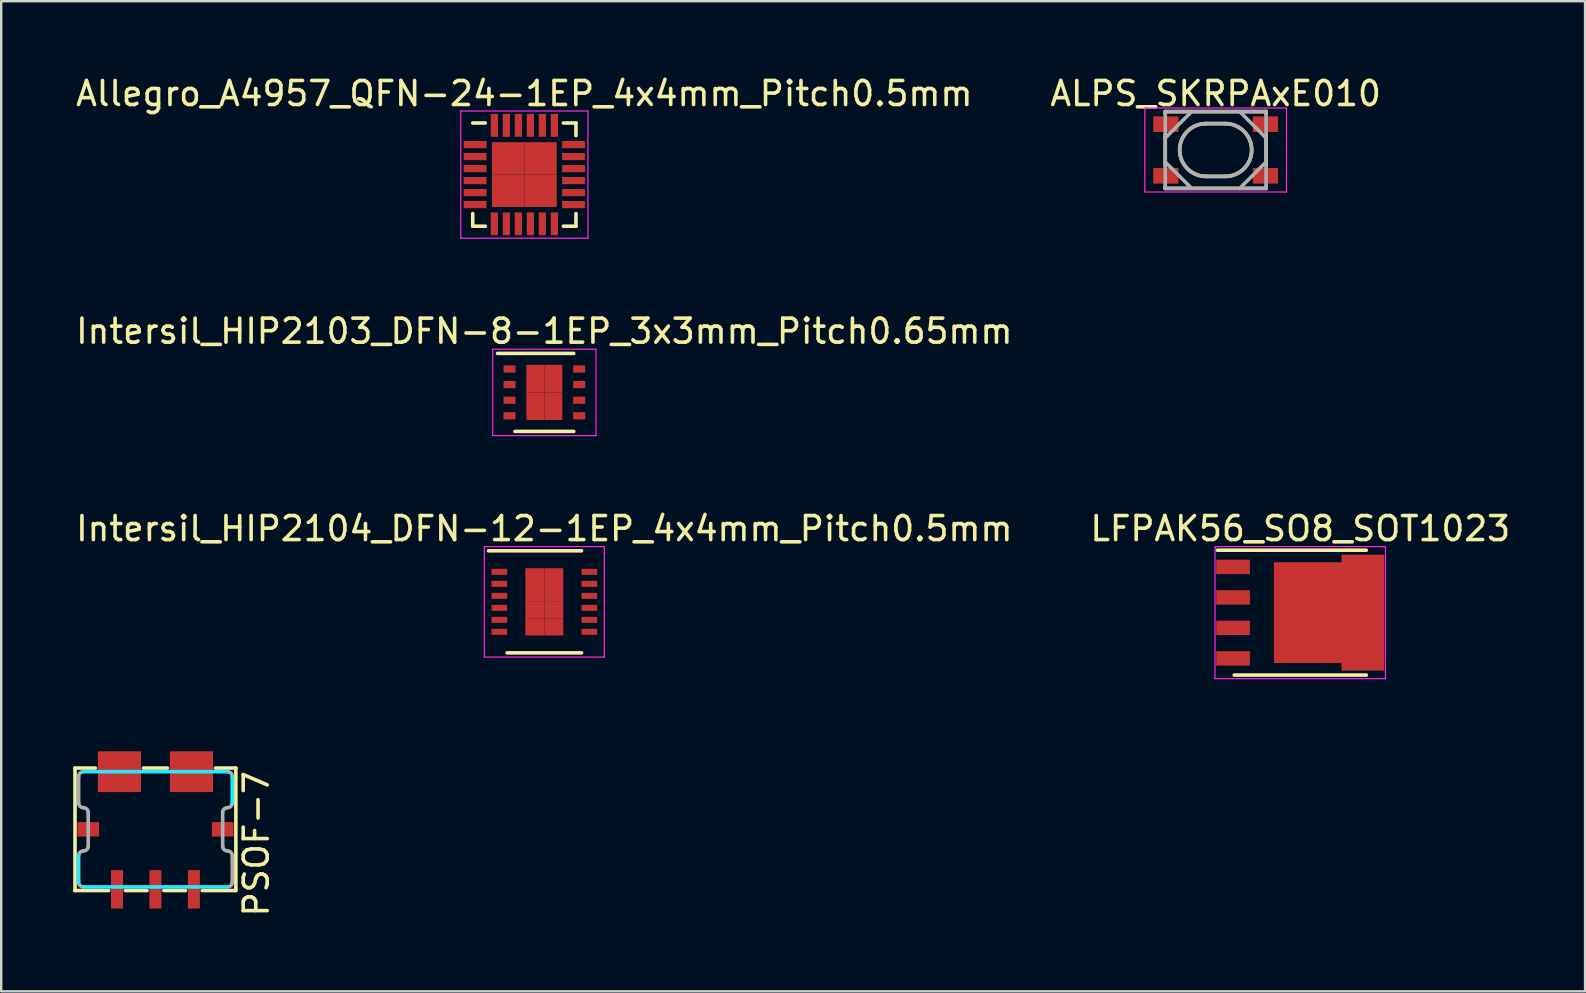
<source format=kicad_pcb>
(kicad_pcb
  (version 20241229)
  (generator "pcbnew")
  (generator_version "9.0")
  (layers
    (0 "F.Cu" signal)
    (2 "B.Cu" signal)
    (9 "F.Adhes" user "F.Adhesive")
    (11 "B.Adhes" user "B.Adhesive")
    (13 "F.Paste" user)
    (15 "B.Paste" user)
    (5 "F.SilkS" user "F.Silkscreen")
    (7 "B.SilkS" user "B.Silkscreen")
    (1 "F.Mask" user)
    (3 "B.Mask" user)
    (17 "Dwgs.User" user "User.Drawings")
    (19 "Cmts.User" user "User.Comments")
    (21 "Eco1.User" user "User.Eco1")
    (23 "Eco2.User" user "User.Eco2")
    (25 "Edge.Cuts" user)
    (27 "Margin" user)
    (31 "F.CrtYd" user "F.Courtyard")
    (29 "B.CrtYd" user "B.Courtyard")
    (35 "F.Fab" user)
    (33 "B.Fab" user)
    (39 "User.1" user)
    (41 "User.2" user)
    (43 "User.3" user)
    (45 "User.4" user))
  (footprint "Intersil_HIP2103_DFN-8-1EP_3x3mm_Pitch0.65mm"
    (layer "F.Cu")
    (at 19.625 13.296)
    (property "Reference" "Intersil_HIP2103_DFN-8-1EP_3x3mm_Pitch0.65mm" (at 0 -2.55 0) (layer "F.SilkS") (effects (font (size 1 1) (thickness 0.15))))
    (attr smd)
    (fp_line (start -1.95 -1.625) (end 1.225 -1.625) (stroke (width 0.15) (type solid)) (layer "F.SilkS"))
    (fp_line (start -1.225 1.625) (end 1.225 1.625) (stroke (width 0.15) (type solid)) (layer "F.SilkS"))
    (fp_line (start -2.15 -1.8) (end -2.15 1.8) (stroke (width 0.05) (type solid)) (layer "F.CrtYd"))
    (fp_line (start -2.15 -1.8) (end 2.15 -1.8) (stroke (width 0.05) (type solid)) (layer "F.CrtYd"))
    (fp_line (start -2.15 1.8) (end 2.15 1.8) (stroke (width 0.05) (type solid)) (layer "F.CrtYd"))
    (fp_line (start 2.15 -1.8) (end 2.15 1.8) (stroke (width 0.05) (type solid)) (layer "F.CrtYd"))
    (pad "1" smd rect (at -1.45 -0.975) (size 0.5 0.3) (layers "F.Cu" "F.Mask" "F.Paste"))
    (pad "2" smd rect (at -1.45 -0.325) (size 0.5 0.3) (layers "F.Cu" "F.Mask" "F.Paste"))
    (pad "3" smd rect (at -1.45 0.325) (size 0.5 0.3) (layers "F.Cu" "F.Mask" "F.Paste"))
    (pad "4" smd rect (at -1.45 0.975) (size 0.5 0.3) (layers "F.Cu" "F.Mask" "F.Paste"))
    (pad "5" smd rect (at 1.45 0.975) (size 0.5 0.3) (layers "F.Cu" "F.Mask" "F.Paste"))
    (pad "6" smd rect (at 1.45 0.325) (size 0.5 0.3) (layers "F.Cu" "F.Mask" "F.Paste"))
    (pad "7" smd rect (at 1.45 -0.325) (size 0.5 0.3) (layers "F.Cu" "F.Mask" "F.Paste"))
    (pad "8" smd rect (at 1.45 -0.975) (size 0.5 0.3) (layers "F.Cu" "F.Mask" "F.Paste"))
    (pad "9" smd rect (at -0.375 -0.575) (size 0.75 1.15) (layers "F.Cu" "F.Mask" "F.Paste"))
    (pad "9" smd rect (at -0.375 0.575) (size 0.75 1.15) (layers "F.Cu" "F.Mask" "F.Paste"))
    (pad "9" smd rect (at 0.375 -0.575) (size 0.75 1.15) (layers "F.Cu" "F.Mask" "F.Paste"))
    (pad "9" smd rect (at 0.375 0.575) (size 0.75 1.15) (layers "F.Cu" "F.Mask" "F.Paste")))
  (footprint "PSOF-7"
    (layer "F.Cu")
    (at 3.425 31.495)
    (property "Reference" "PSOF-7" (at 4.2 0.6 90) (layer "F.SilkS") (effects (font (size 1 1) (thickness 0.15))))
    (attr through_hole)
    (fp_line (start -3.35 -2.55) (end -3.35 2.55) (stroke (width 0.15) (type solid)) (layer "F.SilkS"))
    (fp_line (start -3.35 -2.55) (end -2.5 -2.55) (stroke (width 0.15) (type solid)) (layer "F.SilkS"))
    (fp_line (start -3.35 2.55) (end -1.95 2.55) (stroke (width 0.15) (type solid)) (layer "F.SilkS"))
    (fp_line (start -1.25 2.55) (end -0.35 2.55) (stroke (width 0.15) (type solid)) (layer "F.SilkS"))
    (fp_line (start 0.35 2.55) (end 1.25 2.55) (stroke (width 0.15) (type solid)) (layer "F.SilkS"))
    (fp_line (start 0.5 -2.55) (end -0.5 -2.55) (stroke (width 0.15) (type solid)) (layer "F.SilkS"))
    (fp_line (start 1.95 2.55) (end 3.35 2.55) (stroke (width 0.15) (type solid)) (layer "F.SilkS"))
    (fp_line (start 3.35 -2.55) (end 2.5 -2.55) (stroke (width 0.15) (type solid)) (layer "F.SilkS"))
    (fp_line (start 3.35 2.55) (end 3.35 -2.55) (stroke (width 0.15) (type solid)) (layer "F.SilkS"))
    (fp_line (start -3.2 1.1) (end -3.2 2.2) (stroke (width 0.15) (type solid)) (layer "B.CrtYd"))
    (fp_line (start -3 2.4) (end 3 2.4) (stroke (width 0.15) (type solid)) (layer "B.CrtYd"))
    (fp_line (start 3 -2.4) (end -3 -2.4) (stroke (width 0.15) (type solid)) (layer "B.CrtYd"))
    (fp_line (start 3.2 -1.1) (end 3.2 -2.2) (stroke (width 0.15) (type solid)) (layer "B.CrtYd"))
    (fp_line (start -3.2 -1.1) (end -3.2 -2.2) (stroke (width 0.15) (type solid)) (layer "F.Fab"))
    (fp_line (start -2.8 0.7) (end -2.8 -0.7) (stroke (width 0.15) (type solid)) (layer "F.Fab"))
    (fp_line (start 2.8 0.7) (end 2.8 -0.7) (stroke (width 0.15) (type solid)) (layer "F.Fab"))
    (fp_line (start 3.2 1.1) (end 3.2 2.2) (stroke (width 0.15) (type solid)) (layer "F.Fab"))
    (fp_arc (start -3.2 -2.2) (mid -3.141421 -2.341421) (end -3 -2.4) (stroke (width 0.15) (type solid)) (layer "F.Fab"))
    (fp_arc (start -3.2 1.1) (mid -3.141421 0.958579) (end -3 0.9) (stroke (width 0.15) (type solid)) (layer "F.Fab"))
    (fp_arc (start -3 -0.9) (mid -3.141421 -0.958579) (end -3.2 -1.1) (stroke (width 0.15) (type solid)) (layer "F.Fab"))
    (fp_arc (start -3 -0.9) (mid -2.858579 -0.841421) (end -2.8 -0.7) (stroke (width 0.15) (type solid)) (layer "F.Fab"))
    (fp_arc (start -3 2.4) (mid -3.141421 2.341421) (end -3.2 2.2) (stroke (width 0.15) (type solid)) (layer "F.Fab"))
    (fp_arc (start -2.8 0.7) (mid -2.858579 0.841421) (end -3 0.9) (stroke (width 0.15) (type solid)) (layer "F.Fab"))
    (fp_arc (start 2.8 -0.7) (mid 2.858579 -0.841421) (end 3 -0.9) (stroke (width 0.15) (type solid)) (layer "F.Fab"))
    (fp_arc (start 3 -2.4) (mid 3.141421 -2.341421) (end 3.2 -2.2) (stroke (width 0.15) (type solid)) (layer "F.Fab"))
    (fp_arc (start 3 0.9) (mid 2.858579 0.841421) (end 2.8 0.7) (stroke (width 0.15) (type solid)) (layer "F.Fab"))
    (fp_arc (start 3 0.9) (mid 3.141421 0.958579) (end 3.2 1.1) (stroke (width 0.15) (type solid)) (layer "F.Fab"))
    (fp_arc (start 3.2 -1.1) (mid 3.141421 -0.958579) (end 3 -0.9) (stroke (width 0.15) (type solid)) (layer "F.Fab"))
    (fp_arc (start 3.2 2.2) (mid 3.141421 2.341421) (end 3 2.4) (stroke (width 0.15) (type solid)) (layer "F.Fab"))
    (pad "" smd rect (at -2.8 0) (size 0.9 0.6) (layers "F.Cu" "F.Mask" "F.Paste"))
    (pad "" smd rect (at 2.8 0) (size 0.9 0.6) (layers "F.Cu" "F.Mask" "F.Paste"))
    (pad "1" smd rect (at -1.6 2.4) (size 0.5 1.6) (drill (offset 0 0.1)) (layers "F.Cu" "F.Mask" "F.Paste"))
    (pad "2" smd rect (at 0 2.4) (size 0.5 1.6) (drill (offset 0 0.1)) (layers "F.Cu" "F.Mask" "F.Paste"))
    (pad "3" smd rect (at 1.6 2.4) (size 0.5 1.6) (drill (offset 0 0.1)) (layers "F.Cu" "F.Mask" "F.Paste"))
    (pad "5" smd rect (at 1.5 -2.4) (size 1.8 1.7) (layers "F.Cu" "F.Mask" "F.Paste"))
    (pad "6" smd rect (at -1.5 -2.4) (size 1.8 1.7) (layers "F.Cu" "F.Mask" "F.Paste")))
  (footprint "Allegro_A4957_QFN-24-1EP_4x4mm_Pitch0.5mm"
    (layer "F.Cu")
    (at 18.792 4.223)
    (property "Reference" "Allegro_A4957_QFN-24-1EP_4x4mm_Pitch0.5mm" (at 0 -3.375 0) (layer "F.SilkS") (effects (font (size 1 1) (thickness 0.15))))
    (attr smd)
    (fp_line (start -2.15 -2.15) (end -1.625 -2.15) (stroke (width 0.15) (type solid)) (layer "F.SilkS"))
    (fp_line (start -2.15 2.15) (end -2.15 1.625) (stroke (width 0.15) (type solid)) (layer "F.SilkS"))
    (fp_line (start -2.15 2.15) (end -1.625 2.15) (stroke (width 0.15) (type solid)) (layer "F.SilkS"))
    (fp_line (start 2.15 -2.15) (end 1.625 -2.15) (stroke (width 0.15) (type solid)) (layer "F.SilkS"))
    (fp_line (start 2.15 -2.15) (end 2.15 -1.625) (stroke (width 0.15) (type solid)) (layer "F.SilkS"))
    (fp_line (start 2.15 2.15) (end 1.625 2.15) (stroke (width 0.15) (type solid)) (layer "F.SilkS"))
    (fp_line (start 2.15 2.15) (end 2.15 1.625) (stroke (width 0.15) (type solid)) (layer "F.SilkS"))
    (fp_line (start -2.65 -2.65) (end -2.65 2.65) (stroke (width 0.05) (type solid)) (layer "F.CrtYd"))
    (fp_line (start -2.65 -2.65) (end 2.65 -2.65) (stroke (width 0.05) (type solid)) (layer "F.CrtYd"))
    (fp_line (start -2.65 2.65) (end 2.65 2.65) (stroke (width 0.05) (type solid)) (layer "F.CrtYd"))
    (fp_line (start 2.65 -2.65) (end 2.65 2.65) (stroke (width 0.05) (type solid)) (layer "F.CrtYd"))
    (pad "1" smd rect (at -2.05 -1.25) (size 0.95 0.3) (layers "F.Cu" "F.Mask" "F.Paste"))
    (pad "2" smd rect (at -2.05 -0.75) (size 0.95 0.3) (layers "F.Cu" "F.Mask" "F.Paste"))
    (pad "3" smd rect (at -2.05 -0.25) (size 0.95 0.3) (layers "F.Cu" "F.Mask" "F.Paste"))
    (pad "4" smd rect (at -2.05 0.25) (size 0.95 0.3) (layers "F.Cu" "F.Mask" "F.Paste"))
    (pad "5" smd rect (at -2.05 0.75) (size 0.95 0.3) (layers "F.Cu" "F.Mask" "F.Paste"))
    (pad "6" smd rect (at -2.05 1.25) (size 0.95 0.3) (layers "F.Cu" "F.Mask" "F.Paste"))
    (pad "7" smd rect (at -1.25 2.05 90) (size 0.95 0.3) (layers "F.Cu" "F.Mask" "F.Paste"))
    (pad "8" smd rect (at -0.75 2.05 90) (size 0.95 0.3) (layers "F.Cu" "F.Mask" "F.Paste"))
    (pad "9" smd rect (at -0.25 2.05 90) (size 0.95 0.3) (layers "F.Cu" "F.Mask" "F.Paste"))
    (pad "10" smd rect (at 0.25 2.05 90) (size 0.95 0.3) (layers "F.Cu" "F.Mask" "F.Paste"))
    (pad "11" smd rect (at 0.75 2.05 90) (size 0.95 0.3) (layers "F.Cu" "F.Mask" "F.Paste"))
    (pad "12" smd rect (at 1.25 2.05 90) (size 0.95 0.3) (layers "F.Cu" "F.Mask" "F.Paste"))
    (pad "13" smd rect (at 2.05 1.25) (size 0.95 0.3) (layers "F.Cu" "F.Mask" "F.Paste"))
    (pad "14" smd rect (at 2.05 0.75) (size 0.95 0.3) (layers "F.Cu" "F.Mask" "F.Paste"))
    (pad "15" smd rect (at 2.05 0.25) (size 0.95 0.3) (layers "F.Cu" "F.Mask" "F.Paste"))
    (pad "16" smd rect (at 2.05 -0.25) (size 0.95 0.3) (layers "F.Cu" "F.Mask" "F.Paste"))
    (pad "17" smd rect (at 2.05 -0.75) (size 0.95 0.3) (layers "F.Cu" "F.Mask" "F.Paste"))
    (pad "18" smd rect (at 2.05 -1.25) (size 0.95 0.3) (layers "F.Cu" "F.Mask" "F.Paste"))
    (pad "19" smd rect (at 1.25 -2.05 90) (size 0.95 0.3) (layers "F.Cu" "F.Mask" "F.Paste"))
    (pad "20" smd rect (at 0.75 -2.05 90) (size 0.95 0.3) (layers "F.Cu" "F.Mask" "F.Paste"))
    (pad "21" smd rect (at 0.25 -2.05 90) (size 0.95 0.3) (layers "F.Cu" "F.Mask" "F.Paste"))
    (pad "22" smd rect (at -0.25 -2.05 90) (size 0.95 0.3) (layers "F.Cu" "F.Mask" "F.Paste"))
    (pad "23" smd rect (at -0.75 -2.05 90) (size 0.95 0.3) (layers "F.Cu" "F.Mask" "F.Paste"))
    (pad "24" smd rect (at -1.25 -2.05 90) (size 0.95 0.3) (layers "F.Cu" "F.Mask" "F.Paste"))
    (pad "25" smd rect (at -0.675 -0.675) (size 1.35 1.35) (layers "F.Cu" "F.Mask" "F.Paste"))
    (pad "25" smd rect (at -0.675 0.675) (size 1.35 1.35) (layers "F.Cu" "F.Mask" "F.Paste"))
    (pad "25" smd rect (at 0.675 -0.675) (size 1.35 1.35) (layers "F.Cu" "F.Mask" "F.Paste"))
    (pad "25" smd rect (at 0.675 0.675) (size 1.35 1.35) (layers "F.Cu" "F.Mask" "F.Paste")))
  (footprint "LFPAK56_SO8_SOT1023"
    (layer "F.Cu")
    (at 51.113 22.47)
    (property "Reference" "LFPAK56_SO8_SOT1023" (at 0 -3.5 0) (layer "F.SilkS") (effects (font (size 1 1) (thickness 0.15))))
    (attr smd)
    (fp_line (start -3.45 -2.6) (end 2.75 -2.6) (stroke (width 0.15) (type solid)) (layer "F.SilkS"))
    (fp_line (start -2.75 2.6) (end 2.75 2.6) (stroke (width 0.15) (type solid)) (layer "F.SilkS"))
    (fp_line (start -3.55 -2.75) (end -3.55 2.75) (stroke (width 0.05) (type solid)) (layer "F.CrtYd"))
    (fp_line (start -3.55 -2.75) (end 3.55 -2.75) (stroke (width 0.05) (type solid)) (layer "F.CrtYd"))
    (fp_line (start -3.55 2.75) (end 3.55 2.75) (stroke (width 0.05) (type solid)) (layer "F.CrtYd"))
    (fp_line (start 3.55 -2.75) (end 3.55 2.75) (stroke (width 0.05) (type solid)) (layer "F.CrtYd"))
    (pad "1" smd rect (at -2.8 -1.905) (size 1.4 0.6) (layers "F.Cu" "F.Mask" "F.Paste"))
    (pad "2" smd rect (at -2.8 -0.635) (size 1.4 0.6) (layers "F.Cu" "F.Mask" "F.Paste"))
    (pad "3" smd rect (at -2.8 0.635) (size 1.4 0.6) (layers "F.Cu" "F.Mask" "F.Paste"))
    (pad "4" smd rect (at -2.8 1.905) (size 1.4 0.6) (layers "F.Cu" "F.Mask" "F.Paste"))
    (pad "5" smd rect (at 0.45 0) (size 3.1 4.2) (layers "F.Cu" "F.Mask" "F.Paste"))
    (pad "5" smd rect (at 2.61 0) (size 1.78 4.826) (layers "F.Cu" "F.Mask" "F.Paste")))
  (footprint "ALPS_SKRPAxE010"
    (layer "F.Cu")
    (at 47.589 3.198)
    (property "Reference" "ALPS_SKRPAxE010" (at 0 -2.35 0) (layer "F.SilkS") (effects (font (size 1 1) (thickness 0.15))))
    (attr through_hole)
    (fp_line (start -2.1 -1.6) (end -2.1 -1.5) (stroke (width 0.15) (type solid)) (layer "F.SilkS"))
    (fp_line (start -2.1 -1.6) (end 2.1 -1.6) (stroke (width 0.15) (type solid)) (layer "F.SilkS"))
    (fp_line (start -2.1 -0.65) (end -2.1 0.65) (stroke (width 0.15) (type solid)) (layer "F.SilkS"))
    (fp_line (start -2.1 1.6) (end -2.1 1.5) (stroke (width 0.15) (type solid)) (layer "F.SilkS"))
    (fp_line (start -2.1 1.6) (end 2.1 1.6) (stroke (width 0.15) (type solid)) (layer "F.SilkS"))
    (fp_line (start -0.4 -1.1) (end 0.4 -1.1) (stroke (width 0.15) (type solid)) (layer "F.SilkS"))
    (fp_line (start -0.4 1.1) (end 0.4 1.1) (stroke (width 0.15) (type solid)) (layer "F.SilkS"))
    (fp_line (start 2.1 -1.6) (end 2.1 -1.5) (stroke (width 0.15) (type solid)) (layer "F.SilkS"))
    (fp_line (start 2.1 -0.65) (end 2.1 0.65) (stroke (width 0.15) (type solid)) (layer "F.SilkS"))
    (fp_line (start 2.1 1.6) (end 2.1 1.5) (stroke (width 0.15) (type solid)) (layer "F.SilkS"))
    (fp_arc (start -0.4 1.1) (mid -1.5 0) (end -0.4 -1.1) (stroke (width 0.15) (type solid)) (layer "F.SilkS"))
    (fp_arc (start 0.4 -1.1) (mid 1.5 0) (end 0.4 1.1) (stroke (width 0.15) (type solid)) (layer "F.SilkS"))
    (fp_line (start -2.95 -1.75) (end 2.95 -1.75) (stroke (width 0.05) (type solid)) (layer "F.CrtYd"))
    (fp_line (start -2.95 1.75) (end -2.95 -1.75) (stroke (width 0.05) (type solid)) (layer "F.CrtYd"))
    (fp_line (start 2.95 -1.75) (end 2.95 1.75) (stroke (width 0.05) (type solid)) (layer "F.CrtYd"))
    (fp_line (start 2.95 1.75) (end -2.95 1.75) (stroke (width 0.05) (type solid)) (layer "F.CrtYd"))
    (fp_line (start -2.1 -1.6) (end -2.1 1.6) (stroke (width 0.15) (type solid)) (layer "F.Fab"))
    (fp_line (start -2.1 -0.5) (end -1 -1.6) (stroke (width 0.15) (type solid)) (layer "F.Fab"))
    (fp_line (start -2.1 0.5) (end -1 1.6) (stroke (width 0.15) (type solid)) (layer "F.Fab"))
    (fp_line (start -2.1 1.6) (end 2.1 1.6) (stroke (width 0.15) (type solid)) (layer "F.Fab"))
    (fp_line (start 0.4 -1.1) (end -0.4 -1.1) (stroke (width 0.15) (type solid)) (layer "F.Fab"))
    (fp_line (start 0.4 1.1) (end -0.4 1.1) (stroke (width 0.15) (type solid)) (layer "F.Fab"))
    (fp_line (start 2.1 -1.6) (end -2.1 -1.6) (stroke (width 0.15) (type solid)) (layer "F.Fab"))
    (fp_line (start 2.1 -0.5) (end 1 -1.6) (stroke (width 0.15) (type solid)) (layer "F.Fab"))
    (fp_line (start 2.1 0.5) (end 1 1.6) (stroke (width 0.15) (type solid)) (layer "F.Fab"))
    (fp_line (start 2.1 1.6) (end 2.1 -1.6) (stroke (width 0.15) (type solid)) (layer "F.Fab"))
    (fp_arc (start -0.4 1.1) (mid -1.5 0) (end -0.4 -1.1) (stroke (width 0.15) (type solid)) (layer "F.Fab"))
    (fp_arc (start 0.4 -1.1) (mid 1.5 0) (end 0.4 1.1) (stroke (width 0.15) (type solid)) (layer "F.Fab"))
    (pad "1" smd rect (at -2.075 -1.075) (size 1.05 0.65) (layers "F.Cu" "F.Mask" "F.Paste"))
    (pad "2" smd rect (at 2.075 -1.075) (size 1.05 0.65) (layers "F.Cu" "F.Mask" "F.Paste"))
    (pad "3" smd rect (at -2.075 1.075) (size 1.05 0.65) (layers "F.Cu" "F.Mask" "F.Paste"))
    (pad "4" smd rect (at 2.075 1.075) (size 1.05 0.65) (layers "F.Cu" "F.Mask" "F.Paste")))
  (footprint "Intersil_HIP2104_DFN-12-1EP_4x4mm_Pitch0.5mm"
    (layer "F.Cu")
    (at 19.625 22.02)
    (property "Reference" "Intersil_HIP2104_DFN-12-1EP_4x4mm_Pitch0.5mm" (at 0 -3.05 0) (layer "F.SilkS") (effects (font (size 1 1) (thickness 0.15))))
    (attr smd)
    (fp_line (start -2.325 -2.125) (end 1.55 -2.125) (stroke (width 0.15) (type solid)) (layer "F.SilkS"))
    (fp_line (start -1.55 2.125) (end 1.55 2.125) (stroke (width 0.15) (type solid)) (layer "F.SilkS"))
    (fp_line (start -2.5 -2.3) (end -2.5 2.3) (stroke (width 0.05) (type solid)) (layer "F.CrtYd"))
    (fp_line (start -2.5 -2.3) (end 2.5 -2.3) (stroke (width 0.05) (type solid)) (layer "F.CrtYd"))
    (fp_line (start -2.5 2.3) (end 2.5 2.3) (stroke (width 0.05) (type solid)) (layer "F.CrtYd"))
    (fp_line (start 2.5 -2.3) (end 2.5 2.3) (stroke (width 0.05) (type solid)) (layer "F.CrtYd"))
    (pad "1" smd rect (at -1.875 -1.25) (size 0.65 0.25) (layers "F.Cu" "F.Mask" "F.Paste"))
    (pad "2" smd rect (at -1.875 -0.75) (size 0.65 0.25) (layers "F.Cu" "F.Mask" "F.Paste"))
    (pad "3" smd rect (at -1.875 -0.25) (size 0.65 0.25) (layers "F.Cu" "F.Mask" "F.Paste"))
    (pad "4" smd rect (at -1.875 0.25) (size 0.65 0.25) (layers "F.Cu" "F.Mask" "F.Paste"))
    (pad "5" smd rect (at -1.875 0.75) (size 0.65 0.25) (layers "F.Cu" "F.Mask" "F.Paste"))
    (pad "6" smd rect (at -1.875 1.25) (size 0.65 0.25) (layers "F.Cu" "F.Mask" "F.Paste"))
    (pad "7" smd rect (at 1.875 1.25) (size 0.65 0.25) (layers "F.Cu" "F.Mask" "F.Paste"))
    (pad "8" smd rect (at 1.875 0.75) (size 0.65 0.25) (layers "F.Cu" "F.Mask" "F.Paste"))
    (pad "9" smd rect (at 1.875 0.25) (size 0.65 0.25) (layers "F.Cu" "F.Mask" "F.Paste"))
    (pad "10" smd rect (at 1.875 -0.25) (size 0.65 0.25) (layers "F.Cu" "F.Mask" "F.Paste"))
    (pad "11" smd rect (at 1.875 -0.75) (size 0.65 0.25) (layers "F.Cu" "F.Mask" "F.Paste"))
    (pad "12" smd rect (at 1.875 -1.25) (size 0.65 0.25) (layers "F.Cu" "F.Mask" "F.Paste"))
    (pad "13" smd rect (at -0.395 -1.05) (size 0.79 0.7) (layers "F.Cu" "F.Mask" "F.Paste"))
    (pad "13" smd rect (at -0.395 -0.35) (size 0.79 0.7) (layers "F.Cu" "F.Mask" "F.Paste"))
    (pad "13" smd rect (at -0.395 0.35) (size 0.79 0.7) (layers "F.Cu" "F.Mask" "F.Paste"))
    (pad "13" smd rect (at -0.395 1.05) (size 0.79 0.7) (layers "F.Cu" "F.Mask" "F.Paste"))
    (pad "13" smd rect (at 0.395 -1.05) (size 0.79 0.7) (layers "F.Cu" "F.Mask" "F.Paste"))
    (pad "13" smd rect (at 0.395 -0.35) (size 0.79 0.7) (layers "F.Cu" "F.Mask" "F.Paste"))
    (pad "13" smd rect (at 0.395 0.35) (size 0.79 0.7) (layers "F.Cu" "F.Mask" "F.Paste"))
    (pad "13" smd rect (at 0.395 1.05) (size 0.79 0.7) (layers "F.Cu" "F.Mask" "F.Paste")))
  (gr_rect
    (start -3 -3)
    (end 62.976 38.244)
    (stroke (width 0.1) (type default))
    (fill no)
    (layer "Edge.Cuts")))
</source>
